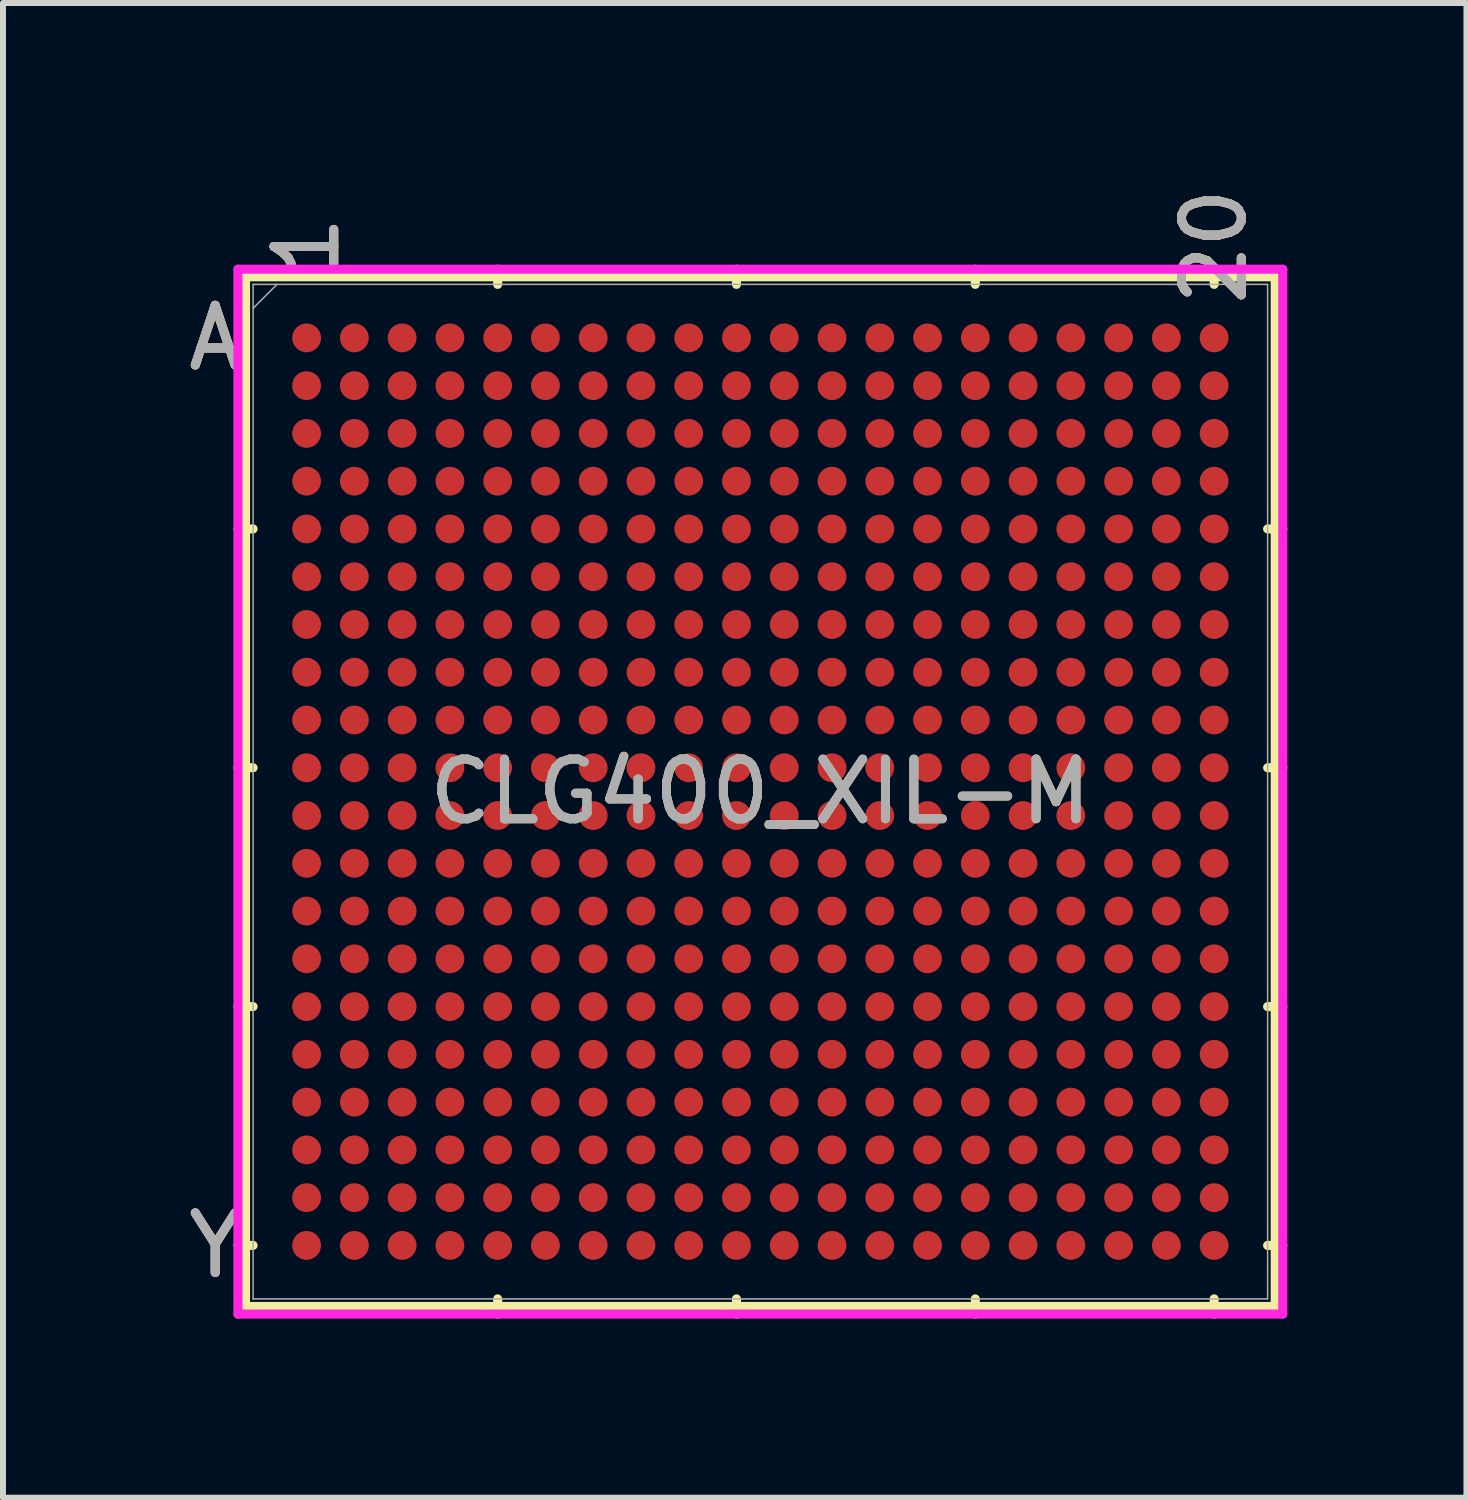
<source format=kicad_pcb>
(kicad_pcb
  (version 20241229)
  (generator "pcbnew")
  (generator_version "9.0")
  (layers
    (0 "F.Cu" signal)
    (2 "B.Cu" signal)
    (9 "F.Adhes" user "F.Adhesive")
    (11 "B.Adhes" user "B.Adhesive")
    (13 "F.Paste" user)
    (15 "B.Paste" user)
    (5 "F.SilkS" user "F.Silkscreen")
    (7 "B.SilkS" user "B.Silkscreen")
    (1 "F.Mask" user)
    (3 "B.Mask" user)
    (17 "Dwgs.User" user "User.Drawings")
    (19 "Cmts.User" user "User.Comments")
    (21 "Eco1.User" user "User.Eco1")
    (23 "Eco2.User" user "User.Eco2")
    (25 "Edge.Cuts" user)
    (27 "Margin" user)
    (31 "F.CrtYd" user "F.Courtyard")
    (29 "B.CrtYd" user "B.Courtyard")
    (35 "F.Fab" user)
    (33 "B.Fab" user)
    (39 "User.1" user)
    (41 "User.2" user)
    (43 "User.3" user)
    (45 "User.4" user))
  (footprint "CLG400_XIL-M"
    (layer "F.Cu")
    (at 9.685 10.209)
    (property "Reference" "CLG400_XIL-M" (at 0 0 0) (unlocked yes) (layer "F.SilkS") (effects (font (size 1 1) (thickness 0.15))))
    (attr smd)
    (fp_line (start -8.623 -8.623) (end -8.623 8.623) (stroke (width 0.152) (type solid)) (layer "F.SilkS"))
    (fp_line (start -8.623 8.623) (end 8.623 8.623) (stroke (width 0.152) (type solid)) (layer "F.SilkS"))
    (fp_line (start -8.496 -4.4) (end -8.75 -4.4) (stroke (width 0.152) (type solid)) (layer "F.SilkS"))
    (fp_line (start -8.496 -0.4) (end -8.75 -0.4) (stroke (width 0.152) (type solid)) (layer "F.SilkS"))
    (fp_line (start -8.496 3.6) (end -8.75 3.6) (stroke (width 0.152) (type solid)) (layer "F.SilkS"))
    (fp_line (start -8.496 7.6) (end -8.75 7.6) (stroke (width 0.152) (type solid)) (layer "F.SilkS"))
    (fp_line (start -4.4 -8.496) (end -4.4 -8.75) (stroke (width 0.152) (type solid)) (layer "F.SilkS"))
    (fp_line (start -4.4 8.496) (end -4.4 8.75) (stroke (width 0.152) (type solid)) (layer "F.SilkS"))
    (fp_line (start -0.4 -8.496) (end -0.4 -8.75) (stroke (width 0.152) (type solid)) (layer "F.SilkS"))
    (fp_line (start -0.4 8.496) (end -0.4 8.75) (stroke (width 0.152) (type solid)) (layer "F.SilkS"))
    (fp_line (start 3.6 -8.496) (end 3.6 -8.75) (stroke (width 0.152) (type solid)) (layer "F.SilkS"))
    (fp_line (start 3.6 8.496) (end 3.6 8.75) (stroke (width 0.152) (type solid)) (layer "F.SilkS"))
    (fp_line (start 7.6 -8.496) (end 7.6 -8.75) (stroke (width 0.152) (type solid)) (layer "F.SilkS"))
    (fp_line (start 7.6 8.496) (end 7.6 8.75) (stroke (width 0.152) (type solid)) (layer "F.SilkS"))
    (fp_line (start 8.496 -4.4) (end 8.75 -4.4) (stroke (width 0.152) (type solid)) (layer "F.SilkS"))
    (fp_line (start 8.496 -0.4) (end 8.75 -0.4) (stroke (width 0.152) (type solid)) (layer "F.SilkS"))
    (fp_line (start 8.496 3.6) (end 8.75 3.6) (stroke (width 0.152) (type solid)) (layer "F.SilkS"))
    (fp_line (start 8.496 7.6) (end 8.75 7.6) (stroke (width 0.152) (type solid)) (layer "F.SilkS"))
    (fp_line (start 8.623 -8.623) (end -8.623 -8.623) (stroke (width 0.152) (type solid)) (layer "F.SilkS"))
    (fp_line (start 8.623 8.623) (end 8.623 -8.623) (stroke (width 0.152) (type solid)) (layer "F.SilkS"))
    (fp_poly (pts (xy -8.444 -8.444) (xy 8.444 -8.444) (xy 8.444 8.444) (xy -8.444 8.444)) (stroke (width 0.1) (type solid)) (fill no) (layer "Eco2.User"))
    (fp_line (start -8.75 -8.75) (end 8.75 -8.75) (stroke (width 0.152) (type solid)) (layer "F.CrtYd"))
    (fp_line (start -8.75 8.75) (end -8.75 -8.75) (stroke (width 0.152) (type solid)) (layer "F.CrtYd"))
    (fp_line (start 8.75 -8.75) (end 8.75 8.75) (stroke (width 0.152) (type solid)) (layer "F.CrtYd"))
    (fp_line (start 8.75 8.75) (end -8.75 8.75) (stroke (width 0.152) (type solid)) (layer "F.CrtYd"))
    (fp_line (start -8.496 -8.496) (end -8.496 8.496) (stroke (width 0.025) (type solid)) (layer "F.Fab"))
    (fp_line (start -8.496 8.496) (end 8.496 8.496) (stroke (width 0.025) (type solid)) (layer "F.Fab"))
    (fp_line (start -8.096 -8.496) (end -8.496 -8.096) (stroke (width 0.025) (type solid)) (layer "F.Fab"))
    (fp_line (start 8.496 -8.496) (end -8.496 -8.496) (stroke (width 0.025) (type solid)) (layer "F.Fab"))
    (fp_line (start 8.496 8.496) (end 8.496 -8.496) (stroke (width 0.025) (type solid)) (layer "F.Fab"))
    (fp_text user "Y" (at -9.131 7.6 0) (unlocked yes) (layer "F.SilkS") (effects (font (size 1 1) (thickness 0.15))))
    (fp_text user "A" (at -9.131 -7.6 0) (unlocked yes) (layer "F.SilkS") (effects (font (size 1 1) (thickness 0.15))))
    (fp_text user "1" (at -7.6 -9.131 90) (unlocked yes) (layer "F.SilkS") (effects (font (size 1 1) (thickness 0.15))))
    (fp_text user "20" (at 7.6 -9.131 90) (unlocked yes) (layer "F.SilkS") (effects (font (size 1 1) (thickness 0.15))))
    (fp_text user "A" (at -9.131 -7.6 0) (unlocked yes) (layer "B.SilkS") (effects (font (size 1 1) (thickness 0.15))))
    (fp_text user "20" (at 7.6 -9.131 90) (unlocked yes) (layer "B.SilkS") (effects (font (size 1 1) (thickness 0.15))))
    (fp_text user "Y" (at -9.131 7.6 0) (unlocked yes) (layer "B.SilkS") (effects (font (size 1 1) (thickness 0.15))))
    (fp_text user "1" (at -7.6 -9.131 90) (unlocked yes) (layer "B.SilkS") (effects (font (size 1 1) (thickness 0.15))))
    (fp_text user "${REFERENCE}" (at 0 0 0) (unlocked yes) (layer "F.Fab") (effects (font (size 1 1) (thickness 0.15))))
    (fp_text user "A" (at -9.131 -7.6 0) (unlocked yes) (layer "F.Fab") (effects (font (size 1 1) (thickness 0.15))))
    (fp_text user "20" (at 7.6 -9.131 90) (unlocked yes) (layer "F.Fab") (effects (font (size 1 1) (thickness 0.15))))
    (fp_text user "Y" (at -9.131 7.6 0) (unlocked yes) (layer "F.Fab") (effects (font (size 1 1) (thickness 0.15))))
    (fp_text user "1" (at -7.6 -9.131 90) (unlocked yes) (layer "F.Fab") (effects (font (size 1 1) (thickness 0.15))))
    (pad "A1" smd circle (at -7.6 -7.6) (size 0.483 0.483) (layers "F.Cu" "F.Mask" "F.Paste"))
    (pad "A2" smd circle (at -6.8 -7.6) (size 0.483 0.483) (layers "F.Cu" "F.Mask" "F.Paste"))
    (pad "A3" smd circle (at -6 -7.6) (size 0.483 0.483) (layers "F.Cu" "F.Mask" "F.Paste"))
    (pad "A4" smd circle (at -5.2 -7.6) (size 0.483 0.483) (layers "F.Cu" "F.Mask" "F.Paste"))
    (pad "A5" smd circle (at -4.4 -7.6) (size 0.483 0.483) (layers "F.Cu" "F.Mask" "F.Paste"))
    (pad "A6" smd circle (at -3.6 -7.6) (size 0.483 0.483) (layers "F.Cu" "F.Mask" "F.Paste"))
    (pad "A7" smd circle (at -2.8 -7.6) (size 0.483 0.483) (layers "F.Cu" "F.Mask" "F.Paste"))
    (pad "A8" smd circle (at -2 -7.6) (size 0.483 0.483) (layers "F.Cu" "F.Mask" "F.Paste"))
    (pad "A9" smd circle (at -1.2 -7.6) (size 0.483 0.483) (layers "F.Cu" "F.Mask" "F.Paste"))
    (pad "A10" smd circle (at -0.4 -7.6) (size 0.483 0.483) (layers "F.Cu" "F.Mask" "F.Paste"))
    (pad "A11" smd circle (at 0.4 -7.6) (size 0.483 0.483) (layers "F.Cu" "F.Mask" "F.Paste"))
    (pad "A12" smd circle (at 1.2 -7.6) (size 0.483 0.483) (layers "F.Cu" "F.Mask" "F.Paste"))
    (pad "A13" smd circle (at 2 -7.6) (size 0.483 0.483) (layers "F.Cu" "F.Mask" "F.Paste"))
    (pad "A14" smd circle (at 2.8 -7.6) (size 0.483 0.483) (layers "F.Cu" "F.Mask" "F.Paste"))
    (pad "A15" smd circle (at 3.6 -7.6) (size 0.483 0.483) (layers "F.Cu" "F.Mask" "F.Paste"))
    (pad "A16" smd circle (at 4.4 -7.6) (size 0.483 0.483) (layers "F.Cu" "F.Mask" "F.Paste"))
    (pad "A17" smd circle (at 5.2 -7.6) (size 0.483 0.483) (layers "F.Cu" "F.Mask" "F.Paste"))
    (pad "A18" smd circle (at 6 -7.6) (size 0.483 0.483) (layers "F.Cu" "F.Mask" "F.Paste"))
    (pad "A19" smd circle (at 6.8 -7.6) (size 0.483 0.483) (layers "F.Cu" "F.Mask" "F.Paste"))
    (pad "A20" smd circle (at 7.6 -7.6) (size 0.483 0.483) (layers "F.Cu" "F.Mask" "F.Paste"))
    (pad "B1" smd circle (at -7.6 -6.8) (size 0.483 0.483) (layers "F.Cu" "F.Mask" "F.Paste"))
    (pad "B2" smd circle (at -6.8 -6.8) (size 0.483 0.483) (layers "F.Cu" "F.Mask" "F.Paste"))
    (pad "B3" smd circle (at -6 -6.8) (size 0.483 0.483) (layers "F.Cu" "F.Mask" "F.Paste"))
    (pad "B4" smd circle (at -5.2 -6.8) (size 0.483 0.483) (layers "F.Cu" "F.Mask" "F.Paste"))
    (pad "B5" smd circle (at -4.4 -6.8) (size 0.483 0.483) (layers "F.Cu" "F.Mask" "F.Paste"))
    (pad "B6" smd circle (at -3.6 -6.8) (size 0.483 0.483) (layers "F.Cu" "F.Mask" "F.Paste"))
    (pad "B7" smd circle (at -2.8 -6.8) (size 0.483 0.483) (layers "F.Cu" "F.Mask" "F.Paste"))
    (pad "B8" smd circle (at -2 -6.8) (size 0.483 0.483) (layers "F.Cu" "F.Mask" "F.Paste"))
    (pad "B9" smd circle (at -1.2 -6.8) (size 0.483 0.483) (layers "F.Cu" "F.Mask" "F.Paste"))
    (pad "B10" smd circle (at -0.4 -6.8) (size 0.483 0.483) (layers "F.Cu" "F.Mask" "F.Paste"))
    (pad "B11" smd circle (at 0.4 -6.8) (size 0.483 0.483) (layers "F.Cu" "F.Mask" "F.Paste"))
    (pad "B12" smd circle (at 1.2 -6.8) (size 0.483 0.483) (layers "F.Cu" "F.Mask" "F.Paste"))
    (pad "B13" smd circle (at 2 -6.8) (size 0.483 0.483) (layers "F.Cu" "F.Mask" "F.Paste"))
    (pad "B14" smd circle (at 2.8 -6.8) (size 0.483 0.483) (layers "F.Cu" "F.Mask" "F.Paste"))
    (pad "B15" smd circle (at 3.6 -6.8) (size 0.483 0.483) (layers "F.Cu" "F.Mask" "F.Paste"))
    (pad "B16" smd circle (at 4.4 -6.8) (size 0.483 0.483) (layers "F.Cu" "F.Mask" "F.Paste"))
    (pad "B17" smd circle (at 5.2 -6.8) (size 0.483 0.483) (layers "F.Cu" "F.Mask" "F.Paste"))
    (pad "B18" smd circle (at 6 -6.8) (size 0.483 0.483) (layers "F.Cu" "F.Mask" "F.Paste"))
    (pad "B19" smd circle (at 6.8 -6.8) (size 0.483 0.483) (layers "F.Cu" "F.Mask" "F.Paste"))
    (pad "B20" smd circle (at 7.6 -6.8) (size 0.483 0.483) (layers "F.Cu" "F.Mask" "F.Paste"))
    (pad "C1" smd circle (at -7.6 -6) (size 0.483 0.483) (layers "F.Cu" "F.Mask" "F.Paste"))
    (pad "C2" smd circle (at -6.8 -6) (size 0.483 0.483) (layers "F.Cu" "F.Mask" "F.Paste"))
    (pad "C3" smd circle (at -6 -6) (size 0.483 0.483) (layers "F.Cu" "F.Mask" "F.Paste"))
    (pad "C4" smd circle (at -5.2 -6) (size 0.483 0.483) (layers "F.Cu" "F.Mask" "F.Paste"))
    (pad "C5" smd circle (at -4.4 -6) (size 0.483 0.483) (layers "F.Cu" "F.Mask" "F.Paste"))
    (pad "C6" smd circle (at -3.6 -6) (size 0.483 0.483) (layers "F.Cu" "F.Mask" "F.Paste"))
    (pad "C7" smd circle (at -2.8 -6) (size 0.483 0.483) (layers "F.Cu" "F.Mask" "F.Paste"))
    (pad "C8" smd circle (at -2 -6) (size 0.483 0.483) (layers "F.Cu" "F.Mask" "F.Paste"))
    (pad "C9" smd circle (at -1.2 -6) (size 0.483 0.483) (layers "F.Cu" "F.Mask" "F.Paste"))
    (pad "C10" smd circle (at -0.4 -6) (size 0.483 0.483) (layers "F.Cu" "F.Mask" "F.Paste"))
    (pad "C11" smd circle (at 0.4 -6) (size 0.483 0.483) (layers "F.Cu" "F.Mask" "F.Paste"))
    (pad "C12" smd circle (at 1.2 -6) (size 0.483 0.483) (layers "F.Cu" "F.Mask" "F.Paste"))
    (pad "C13" smd circle (at 2 -6) (size 0.483 0.483) (layers "F.Cu" "F.Mask" "F.Paste"))
    (pad "C14" smd circle (at 2.8 -6) (size 0.483 0.483) (layers "F.Cu" "F.Mask" "F.Paste"))
    (pad "C15" smd circle (at 3.6 -6) (size 0.483 0.483) (layers "F.Cu" "F.Mask" "F.Paste"))
    (pad "C16" smd circle (at 4.4 -6) (size 0.483 0.483) (layers "F.Cu" "F.Mask" "F.Paste"))
    (pad "C17" smd circle (at 5.2 -6) (size 0.483 0.483) (layers "F.Cu" "F.Mask" "F.Paste"))
    (pad "C18" smd circle (at 6 -6) (size 0.483 0.483) (layers "F.Cu" "F.Mask" "F.Paste"))
    (pad "C19" smd circle (at 6.8 -6) (size 0.483 0.483) (layers "F.Cu" "F.Mask" "F.Paste"))
    (pad "C20" smd circle (at 7.6 -6) (size 0.483 0.483) (layers "F.Cu" "F.Mask" "F.Paste"))
    (pad "D1" smd circle (at -7.6 -5.2) (size 0.483 0.483) (layers "F.Cu" "F.Mask" "F.Paste"))
    (pad "D2" smd circle (at -6.8 -5.2) (size 0.483 0.483) (layers "F.Cu" "F.Mask" "F.Paste"))
    (pad "D3" smd circle (at -6 -5.2) (size 0.483 0.483) (layers "F.Cu" "F.Mask" "F.Paste"))
    (pad "D4" smd circle (at -5.2 -5.2) (size 0.483 0.483) (layers "F.Cu" "F.Mask" "F.Paste"))
    (pad "D5" smd circle (at -4.4 -5.2) (size 0.483 0.483) (layers "F.Cu" "F.Mask" "F.Paste"))
    (pad "D6" smd circle (at -3.6 -5.2) (size 0.483 0.483) (layers "F.Cu" "F.Mask" "F.Paste"))
    (pad "D7" smd circle (at -2.8 -5.2) (size 0.483 0.483) (layers "F.Cu" "F.Mask" "F.Paste"))
    (pad "D8" smd circle (at -2 -5.2) (size 0.483 0.483) (layers "F.Cu" "F.Mask" "F.Paste"))
    (pad "D9" smd circle (at -1.2 -5.2) (size 0.483 0.483) (layers "F.Cu" "F.Mask" "F.Paste"))
    (pad "D10" smd circle (at -0.4 -5.2) (size 0.483 0.483) (layers "F.Cu" "F.Mask" "F.Paste"))
    (pad "D11" smd circle (at 0.4 -5.2) (size 0.483 0.483) (layers "F.Cu" "F.Mask" "F.Paste"))
    (pad "D12" smd circle (at 1.2 -5.2) (size 0.483 0.483) (layers "F.Cu" "F.Mask" "F.Paste"))
    (pad "D13" smd circle (at 2 -5.2) (size 0.483 0.483) (layers "F.Cu" "F.Mask" "F.Paste"))
    (pad "D14" smd circle (at 2.8 -5.2) (size 0.483 0.483) (layers "F.Cu" "F.Mask" "F.Paste"))
    (pad "D15" smd circle (at 3.6 -5.2) (size 0.483 0.483) (layers "F.Cu" "F.Mask" "F.Paste"))
    (pad "D16" smd circle (at 4.4 -5.2) (size 0.483 0.483) (layers "F.Cu" "F.Mask" "F.Paste"))
    (pad "D17" smd circle (at 5.2 -5.2) (size 0.483 0.483) (layers "F.Cu" "F.Mask" "F.Paste"))
    (pad "D18" smd circle (at 6 -5.2) (size 0.483 0.483) (layers "F.Cu" "F.Mask" "F.Paste"))
    (pad "D19" smd circle (at 6.8 -5.2) (size 0.483 0.483) (layers "F.Cu" "F.Mask" "F.Paste"))
    (pad "D20" smd circle (at 7.6 -5.2) (size 0.483 0.483) (layers "F.Cu" "F.Mask" "F.Paste"))
    (pad "E1" smd circle (at -7.6 -4.4) (size 0.483 0.483) (layers "F.Cu" "F.Mask" "F.Paste"))
    (pad "E2" smd circle (at -6.8 -4.4) (size 0.483 0.483) (layers "F.Cu" "F.Mask" "F.Paste"))
    (pad "E3" smd circle (at -6 -4.4) (size 0.483 0.483) (layers "F.Cu" "F.Mask" "F.Paste"))
    (pad "E4" smd circle (at -5.2 -4.4) (size 0.483 0.483) (layers "F.Cu" "F.Mask" "F.Paste"))
    (pad "E5" smd circle (at -4.4 -4.4) (size 0.483 0.483) (layers "F.Cu" "F.Mask" "F.Paste"))
    (pad "E6" smd circle (at -3.6 -4.4) (size 0.483 0.483) (layers "F.Cu" "F.Mask" "F.Paste"))
    (pad "E7" smd circle (at -2.8 -4.4) (size 0.483 0.483) (layers "F.Cu" "F.Mask" "F.Paste"))
    (pad "E8" smd circle (at -2 -4.4) (size 0.483 0.483) (layers "F.Cu" "F.Mask" "F.Paste"))
    (pad "E9" smd circle (at -1.2 -4.4) (size 0.483 0.483) (layers "F.Cu" "F.Mask" "F.Paste"))
    (pad "E10" smd circle (at -0.4 -4.4) (size 0.483 0.483) (layers "F.Cu" "F.Mask" "F.Paste"))
    (pad "E11" smd circle (at 0.4 -4.4) (size 0.483 0.483) (layers "F.Cu" "F.Mask" "F.Paste"))
    (pad "E12" smd circle (at 1.2 -4.4) (size 0.483 0.483) (layers "F.Cu" "F.Mask" "F.Paste"))
    (pad "E13" smd circle (at 2 -4.4) (size 0.483 0.483) (layers "F.Cu" "F.Mask" "F.Paste"))
    (pad "E14" smd circle (at 2.8 -4.4) (size 0.483 0.483) (layers "F.Cu" "F.Mask" "F.Paste"))
    (pad "E15" smd circle (at 3.6 -4.4) (size 0.483 0.483) (layers "F.Cu" "F.Mask" "F.Paste"))
    (pad "E16" smd circle (at 4.4 -4.4) (size 0.483 0.483) (layers "F.Cu" "F.Mask" "F.Paste"))
    (pad "E17" smd circle (at 5.2 -4.4) (size 0.483 0.483) (layers "F.Cu" "F.Mask" "F.Paste"))
    (pad "E18" smd circle (at 6 -4.4) (size 0.483 0.483) (layers "F.Cu" "F.Mask" "F.Paste"))
    (pad "E19" smd circle (at 6.8 -4.4) (size 0.483 0.483) (layers "F.Cu" "F.Mask" "F.Paste"))
    (pad "E20" smd circle (at 7.6 -4.4) (size 0.483 0.483) (layers "F.Cu" "F.Mask" "F.Paste"))
    (pad "F1" smd circle (at -7.6 -3.6) (size 0.483 0.483) (layers "F.Cu" "F.Mask" "F.Paste"))
    (pad "F2" smd circle (at -6.8 -3.6) (size 0.483 0.483) (layers "F.Cu" "F.Mask" "F.Paste"))
    (pad "F3" smd circle (at -6 -3.6) (size 0.483 0.483) (layers "F.Cu" "F.Mask" "F.Paste"))
    (pad "F4" smd circle (at -5.2 -3.6) (size 0.483 0.483) (layers "F.Cu" "F.Mask" "F.Paste"))
    (pad "F5" smd circle (at -4.4 -3.6) (size 0.483 0.483) (layers "F.Cu" "F.Mask" "F.Paste"))
    (pad "F6" smd circle (at -3.6 -3.6) (size 0.483 0.483) (layers "F.Cu" "F.Mask" "F.Paste"))
    (pad "F7" smd circle (at -2.8 -3.6) (size 0.483 0.483) (layers "F.Cu" "F.Mask" "F.Paste"))
    (pad "F8" smd circle (at -2 -3.6) (size 0.483 0.483) (layers "F.Cu" "F.Mask" "F.Paste"))
    (pad "F9" smd circle (at -1.2 -3.6) (size 0.483 0.483) (layers "F.Cu" "F.Mask" "F.Paste"))
    (pad "F10" smd circle (at -0.4 -3.6) (size 0.483 0.483) (layers "F.Cu" "F.Mask" "F.Paste"))
    (pad "F11" smd circle (at 0.4 -3.6) (size 0.483 0.483) (layers "F.Cu" "F.Mask" "F.Paste"))
    (pad "F12" smd circle (at 1.2 -3.6) (size 0.483 0.483) (layers "F.Cu" "F.Mask" "F.Paste"))
    (pad "F13" smd circle (at 2 -3.6) (size 0.483 0.483) (layers "F.Cu" "F.Mask" "F.Paste"))
    (pad "F14" smd circle (at 2.8 -3.6) (size 0.483 0.483) (layers "F.Cu" "F.Mask" "F.Paste"))
    (pad "F15" smd circle (at 3.6 -3.6) (size 0.483 0.483) (layers "F.Cu" "F.Mask" "F.Paste"))
    (pad "F16" smd circle (at 4.4 -3.6) (size 0.483 0.483) (layers "F.Cu" "F.Mask" "F.Paste"))
    (pad "F17" smd circle (at 5.2 -3.6) (size 0.483 0.483) (layers "F.Cu" "F.Mask" "F.Paste"))
    (pad "F18" smd circle (at 6 -3.6) (size 0.483 0.483) (layers "F.Cu" "F.Mask" "F.Paste"))
    (pad "F19" smd circle (at 6.8 -3.6) (size 0.483 0.483) (layers "F.Cu" "F.Mask" "F.Paste"))
    (pad "F20" smd circle (at 7.6 -3.6) (size 0.483 0.483) (layers "F.Cu" "F.Mask" "F.Paste"))
    (pad "G1" smd circle (at -7.6 -2.8) (size 0.483 0.483) (layers "F.Cu" "F.Mask" "F.Paste"))
    (pad "G2" smd circle (at -6.8 -2.8) (size 0.483 0.483) (layers "F.Cu" "F.Mask" "F.Paste"))
    (pad "G3" smd circle (at -6 -2.8) (size 0.483 0.483) (layers "F.Cu" "F.Mask" "F.Paste"))
    (pad "G4" smd circle (at -5.2 -2.8) (size 0.483 0.483) (layers "F.Cu" "F.Mask" "F.Paste"))
    (pad "G5" smd circle (at -4.4 -2.8) (size 0.483 0.483) (layers "F.Cu" "F.Mask" "F.Paste"))
    (pad "G6" smd circle (at -3.6 -2.8) (size 0.483 0.483) (layers "F.Cu" "F.Mask" "F.Paste"))
    (pad "G7" smd circle (at -2.8 -2.8) (size 0.483 0.483) (layers "F.Cu" "F.Mask" "F.Paste"))
    (pad "G8" smd circle (at -2 -2.8) (size 0.483 0.483) (layers "F.Cu" "F.Mask" "F.Paste"))
    (pad "G9" smd circle (at -1.2 -2.8) (size 0.483 0.483) (layers "F.Cu" "F.Mask" "F.Paste"))
    (pad "G10" smd circle (at -0.4 -2.8) (size 0.483 0.483) (layers "F.Cu" "F.Mask" "F.Paste"))
    (pad "G11" smd circle (at 0.4 -2.8) (size 0.483 0.483) (layers "F.Cu" "F.Mask" "F.Paste"))
    (pad "G12" smd circle (at 1.2 -2.8) (size 0.483 0.483) (layers "F.Cu" "F.Mask" "F.Paste"))
    (pad "G13" smd circle (at 2 -2.8) (size 0.483 0.483) (layers "F.Cu" "F.Mask" "F.Paste"))
    (pad "G14" smd circle (at 2.8 -2.8) (size 0.483 0.483) (layers "F.Cu" "F.Mask" "F.Paste"))
    (pad "G15" smd circle (at 3.6 -2.8) (size 0.483 0.483) (layers "F.Cu" "F.Mask" "F.Paste"))
    (pad "G16" smd circle (at 4.4 -2.8) (size 0.483 0.483) (layers "F.Cu" "F.Mask" "F.Paste"))
    (pad "G17" smd circle (at 5.2 -2.8) (size 0.483 0.483) (layers "F.Cu" "F.Mask" "F.Paste"))
    (pad "G18" smd circle (at 6 -2.8) (size 0.483 0.483) (layers "F.Cu" "F.Mask" "F.Paste"))
    (pad "G19" smd circle (at 6.8 -2.8) (size 0.483 0.483) (layers "F.Cu" "F.Mask" "F.Paste"))
    (pad "G20" smd circle (at 7.6 -2.8) (size 0.483 0.483) (layers "F.Cu" "F.Mask" "F.Paste"))
    (pad "H1" smd circle (at -7.6 -2) (size 0.483 0.483) (layers "F.Cu" "F.Mask" "F.Paste"))
    (pad "H2" smd circle (at -6.8 -2) (size 0.483 0.483) (layers "F.Cu" "F.Mask" "F.Paste"))
    (pad "H3" smd circle (at -6 -2) (size 0.483 0.483) (layers "F.Cu" "F.Mask" "F.Paste"))
    (pad "H4" smd circle (at -5.2 -2) (size 0.483 0.483) (layers "F.Cu" "F.Mask" "F.Paste"))
    (pad "H5" smd circle (at -4.4 -2) (size 0.483 0.483) (layers "F.Cu" "F.Mask" "F.Paste"))
    (pad "H6" smd circle (at -3.6 -2) (size 0.483 0.483) (layers "F.Cu" "F.Mask" "F.Paste"))
    (pad "H7" smd circle (at -2.8 -2) (size 0.483 0.483) (layers "F.Cu" "F.Mask" "F.Paste"))
    (pad "H8" smd circle (at -2 -2) (size 0.483 0.483) (layers "F.Cu" "F.Mask" "F.Paste"))
    (pad "H9" smd circle (at -1.2 -2) (size 0.483 0.483) (layers "F.Cu" "F.Mask" "F.Paste"))
    (pad "H10" smd circle (at -0.4 -2) (size 0.483 0.483) (layers "F.Cu" "F.Mask" "F.Paste"))
    (pad "H11" smd circle (at 0.4 -2) (size 0.483 0.483) (layers "F.Cu" "F.Mask" "F.Paste"))
    (pad "H12" smd circle (at 1.2 -2) (size 0.483 0.483) (layers "F.Cu" "F.Mask" "F.Paste"))
    (pad "H13" smd circle (at 2 -2) (size 0.483 0.483) (layers "F.Cu" "F.Mask" "F.Paste"))
    (pad "H14" smd circle (at 2.8 -2) (size 0.483 0.483) (layers "F.Cu" "F.Mask" "F.Paste"))
    (pad "H15" smd circle (at 3.6 -2) (size 0.483 0.483) (layers "F.Cu" "F.Mask" "F.Paste"))
    (pad "H16" smd circle (at 4.4 -2) (size 0.483 0.483) (layers "F.Cu" "F.Mask" "F.Paste"))
    (pad "H17" smd circle (at 5.2 -2) (size 0.483 0.483) (layers "F.Cu" "F.Mask" "F.Paste"))
    (pad "H18" smd circle (at 6 -2) (size 0.483 0.483) (layers "F.Cu" "F.Mask" "F.Paste"))
    (pad "H19" smd circle (at 6.8 -2) (size 0.483 0.483) (layers "F.Cu" "F.Mask" "F.Paste"))
    (pad "H20" smd circle (at 7.6 -2) (size 0.483 0.483) (layers "F.Cu" "F.Mask" "F.Paste"))
    (pad "J1" smd circle (at -7.6 -1.2) (size 0.483 0.483) (layers "F.Cu" "F.Mask" "F.Paste"))
    (pad "J2" smd circle (at -6.8 -1.2) (size 0.483 0.483) (layers "F.Cu" "F.Mask" "F.Paste"))
    (pad "J3" smd circle (at -6 -1.2) (size 0.483 0.483) (layers "F.Cu" "F.Mask" "F.Paste"))
    (pad "J4" smd circle (at -5.2 -1.2) (size 0.483 0.483) (layers "F.Cu" "F.Mask" "F.Paste"))
    (pad "J5" smd circle (at -4.4 -1.2) (size 0.483 0.483) (layers "F.Cu" "F.Mask" "F.Paste"))
    (pad "J6" smd circle (at -3.6 -1.2) (size 0.483 0.483) (layers "F.Cu" "F.Mask" "F.Paste"))
    (pad "J7" smd circle (at -2.8 -1.2) (size 0.483 0.483) (layers "F.Cu" "F.Mask" "F.Paste"))
    (pad "J8" smd circle (at -2 -1.2) (size 0.483 0.483) (layers "F.Cu" "F.Mask" "F.Paste"))
    (pad "J9" smd circle (at -1.2 -1.2) (size 0.483 0.483) (layers "F.Cu" "F.Mask" "F.Paste"))
    (pad "J10" smd circle (at -0.4 -1.2) (size 0.483 0.483) (layers "F.Cu" "F.Mask" "F.Paste"))
    (pad "J11" smd circle (at 0.4 -1.2) (size 0.483 0.483) (layers "F.Cu" "F.Mask" "F.Paste"))
    (pad "J12" smd circle (at 1.2 -1.2) (size 0.483 0.483) (layers "F.Cu" "F.Mask" "F.Paste"))
    (pad "J13" smd circle (at 2 -1.2) (size 0.483 0.483) (layers "F.Cu" "F.Mask" "F.Paste"))
    (pad "J14" smd circle (at 2.8 -1.2) (size 0.483 0.483) (layers "F.Cu" "F.Mask" "F.Paste"))
    (pad "J15" smd circle (at 3.6 -1.2) (size 0.483 0.483) (layers "F.Cu" "F.Mask" "F.Paste"))
    (pad "J16" smd circle (at 4.4 -1.2) (size 0.483 0.483) (layers "F.Cu" "F.Mask" "F.Paste"))
    (pad "J17" smd circle (at 5.2 -1.2) (size 0.483 0.483) (layers "F.Cu" "F.Mask" "F.Paste"))
    (pad "J18" smd circle (at 6 -1.2) (size 0.483 0.483) (layers "F.Cu" "F.Mask" "F.Paste"))
    (pad "J19" smd circle (at 6.8 -1.2) (size 0.483 0.483) (layers "F.Cu" "F.Mask" "F.Paste"))
    (pad "J20" smd circle (at 7.6 -1.2) (size 0.483 0.483) (layers "F.Cu" "F.Mask" "F.Paste"))
    (pad "K1" smd circle (at -7.6 -0.4) (size 0.483 0.483) (layers "F.Cu" "F.Mask" "F.Paste"))
    (pad "K2" smd circle (at -6.8 -0.4) (size 0.483 0.483) (layers "F.Cu" "F.Mask" "F.Paste"))
    (pad "K3" smd circle (at -6 -0.4) (size 0.483 0.483) (layers "F.Cu" "F.Mask" "F.Paste"))
    (pad "K4" smd circle (at -5.2 -0.4) (size 0.483 0.483) (layers "F.Cu" "F.Mask" "F.Paste"))
    (pad "K5" smd circle (at -4.4 -0.4) (size 0.483 0.483) (layers "F.Cu" "F.Mask" "F.Paste"))
    (pad "K6" smd circle (at -3.6 -0.4) (size 0.483 0.483) (layers "F.Cu" "F.Mask" "F.Paste"))
    (pad "K7" smd circle (at -2.8 -0.4) (size 0.483 0.483) (layers "F.Cu" "F.Mask" "F.Paste"))
    (pad "K8" smd circle (at -2 -0.4) (size 0.483 0.483) (layers "F.Cu" "F.Mask" "F.Paste"))
    (pad "K9" smd circle (at -1.2 -0.4) (size 0.483 0.483) (layers "F.Cu" "F.Mask" "F.Paste"))
    (pad "K10" smd circle (at -0.4 -0.4) (size 0.483 0.483) (layers "F.Cu" "F.Mask" "F.Paste"))
    (pad "K11" smd circle (at 0.4 -0.4) (size 0.483 0.483) (layers "F.Cu" "F.Mask" "F.Paste"))
    (pad "K12" smd circle (at 1.2 -0.4) (size 0.483 0.483) (layers "F.Cu" "F.Mask" "F.Paste"))
    (pad "K13" smd circle (at 2 -0.4) (size 0.483 0.483) (layers "F.Cu" "F.Mask" "F.Paste"))
    (pad "K14" smd circle (at 2.8 -0.4) (size 0.483 0.483) (layers "F.Cu" "F.Mask" "F.Paste"))
    (pad "K15" smd circle (at 3.6 -0.4) (size 0.483 0.483) (layers "F.Cu" "F.Mask" "F.Paste"))
    (pad "K16" smd circle (at 4.4 -0.4) (size 0.483 0.483) (layers "F.Cu" "F.Mask" "F.Paste"))
    (pad "K17" smd circle (at 5.2 -0.4) (size 0.483 0.483) (layers "F.Cu" "F.Mask" "F.Paste"))
    (pad "K18" smd circle (at 6 -0.4) (size 0.483 0.483) (layers "F.Cu" "F.Mask" "F.Paste"))
    (pad "K19" smd circle (at 6.8 -0.4) (size 0.483 0.483) (layers "F.Cu" "F.Mask" "F.Paste"))
    (pad "K20" smd circle (at 7.6 -0.4) (size 0.483 0.483) (layers "F.Cu" "F.Mask" "F.Paste"))
    (pad "L1" smd circle (at -7.6 0.4) (size 0.483 0.483) (layers "F.Cu" "F.Mask" "F.Paste"))
    (pad "L2" smd circle (at -6.8 0.4) (size 0.483 0.483) (layers "F.Cu" "F.Mask" "F.Paste"))
    (pad "L3" smd circle (at -6 0.4) (size 0.483 0.483) (layers "F.Cu" "F.Mask" "F.Paste"))
    (pad "L4" smd circle (at -5.2 0.4) (size 0.483 0.483) (layers "F.Cu" "F.Mask" "F.Paste"))
    (pad "L5" smd circle (at -4.4 0.4) (size 0.483 0.483) (layers "F.Cu" "F.Mask" "F.Paste"))
    (pad "L6" smd circle (at -3.6 0.4) (size 0.483 0.483) (layers "F.Cu" "F.Mask" "F.Paste"))
    (pad "L7" smd circle (at -2.8 0.4) (size 0.483 0.483) (layers "F.Cu" "F.Mask" "F.Paste"))
    (pad "L8" smd circle (at -2 0.4) (size 0.483 0.483) (layers "F.Cu" "F.Mask" "F.Paste"))
    (pad "L9" smd circle (at -1.2 0.4) (size 0.483 0.483) (layers "F.Cu" "F.Mask" "F.Paste"))
    (pad "L10" smd circle (at -0.4 0.4) (size 0.483 0.483) (layers "F.Cu" "F.Mask" "F.Paste"))
    (pad "L11" smd circle (at 0.4 0.4) (size 0.483 0.483) (layers "F.Cu" "F.Mask" "F.Paste"))
    (pad "L12" smd circle (at 1.2 0.4) (size 0.483 0.483) (layers "F.Cu" "F.Mask" "F.Paste"))
    (pad "L13" smd circle (at 2 0.4) (size 0.483 0.483) (layers "F.Cu" "F.Mask" "F.Paste"))
    (pad "L14" smd circle (at 2.8 0.4) (size 0.483 0.483) (layers "F.Cu" "F.Mask" "F.Paste"))
    (pad "L15" smd circle (at 3.6 0.4) (size 0.483 0.483) (layers "F.Cu" "F.Mask" "F.Paste"))
    (pad "L16" smd circle (at 4.4 0.4) (size 0.483 0.483) (layers "F.Cu" "F.Mask" "F.Paste"))
    (pad "L17" smd circle (at 5.2 0.4) (size 0.483 0.483) (layers "F.Cu" "F.Mask" "F.Paste"))
    (pad "L18" smd circle (at 6 0.4) (size 0.483 0.483) (layers "F.Cu" "F.Mask" "F.Paste"))
    (pad "L19" smd circle (at 6.8 0.4) (size 0.483 0.483) (layers "F.Cu" "F.Mask" "F.Paste"))
    (pad "L20" smd circle (at 7.6 0.4) (size 0.483 0.483) (layers "F.Cu" "F.Mask" "F.Paste"))
    (pad "M1" smd circle (at -7.6 1.2) (size 0.483 0.483) (layers "F.Cu" "F.Mask" "F.Paste"))
    (pad "M2" smd circle (at -6.8 1.2) (size 0.483 0.483) (layers "F.Cu" "F.Mask" "F.Paste"))
    (pad "M3" smd circle (at -6 1.2) (size 0.483 0.483) (layers "F.Cu" "F.Mask" "F.Paste"))
    (pad "M4" smd circle (at -5.2 1.2) (size 0.483 0.483) (layers "F.Cu" "F.Mask" "F.Paste"))
    (pad "M5" smd circle (at -4.4 1.2) (size 0.483 0.483) (layers "F.Cu" "F.Mask" "F.Paste"))
    (pad "M6" smd circle (at -3.6 1.2) (size 0.483 0.483) (layers "F.Cu" "F.Mask" "F.Paste"))
    (pad "M7" smd circle (at -2.8 1.2) (size 0.483 0.483) (layers "F.Cu" "F.Mask" "F.Paste"))
    (pad "M8" smd circle (at -2 1.2) (size 0.483 0.483) (layers "F.Cu" "F.Mask" "F.Paste"))
    (pad "M9" smd circle (at -1.2 1.2) (size 0.483 0.483) (layers "F.Cu" "F.Mask" "F.Paste"))
    (pad "M10" smd circle (at -0.4 1.2) (size 0.483 0.483) (layers "F.Cu" "F.Mask" "F.Paste"))
    (pad "M11" smd circle (at 0.4 1.2) (size 0.483 0.483) (layers "F.Cu" "F.Mask" "F.Paste"))
    (pad "M12" smd circle (at 1.2 1.2) (size 0.483 0.483) (layers "F.Cu" "F.Mask" "F.Paste"))
    (pad "M13" smd circle (at 2 1.2) (size 0.483 0.483) (layers "F.Cu" "F.Mask" "F.Paste"))
    (pad "M14" smd circle (at 2.8 1.2) (size 0.483 0.483) (layers "F.Cu" "F.Mask" "F.Paste"))
    (pad "M15" smd circle (at 3.6 1.2) (size 0.483 0.483) (layers "F.Cu" "F.Mask" "F.Paste"))
    (pad "M16" smd circle (at 4.4 1.2) (size 0.483 0.483) (layers "F.Cu" "F.Mask" "F.Paste"))
    (pad "M17" smd circle (at 5.2 1.2) (size 0.483 0.483) (layers "F.Cu" "F.Mask" "F.Paste"))
    (pad "M18" smd circle (at 6 1.2) (size 0.483 0.483) (layers "F.Cu" "F.Mask" "F.Paste"))
    (pad "M19" smd circle (at 6.8 1.2) (size 0.483 0.483) (layers "F.Cu" "F.Mask" "F.Paste"))
    (pad "M20" smd circle (at 7.6 1.2) (size 0.483 0.483) (layers "F.Cu" "F.Mask" "F.Paste"))
    (pad "N1" smd circle (at -7.6 2) (size 0.483 0.483) (layers "F.Cu" "F.Mask" "F.Paste"))
    (pad "N2" smd circle (at -6.8 2) (size 0.483 0.483) (layers "F.Cu" "F.Mask" "F.Paste"))
    (pad "N3" smd circle (at -6 2) (size 0.483 0.483) (layers "F.Cu" "F.Mask" "F.Paste"))
    (pad "N4" smd circle (at -5.2 2) (size 0.483 0.483) (layers "F.Cu" "F.Mask" "F.Paste"))
    (pad "N5" smd circle (at -4.4 2) (size 0.483 0.483) (layers "F.Cu" "F.Mask" "F.Paste"))
    (pad "N6" smd circle (at -3.6 2) (size 0.483 0.483) (layers "F.Cu" "F.Mask" "F.Paste"))
    (pad "N7" smd circle (at -2.8 2) (size 0.483 0.483) (layers "F.Cu" "F.Mask" "F.Paste"))
    (pad "N8" smd circle (at -2 2) (size 0.483 0.483) (layers "F.Cu" "F.Mask" "F.Paste"))
    (pad "N9" smd circle (at -1.2 2) (size 0.483 0.483) (layers "F.Cu" "F.Mask" "F.Paste"))
    (pad "N10" smd circle (at -0.4 2) (size 0.483 0.483) (layers "F.Cu" "F.Mask" "F.Paste"))
    (pad "N11" smd circle (at 0.4 2) (size 0.483 0.483) (layers "F.Cu" "F.Mask" "F.Paste"))
    (pad "N12" smd circle (at 1.2 2) (size 0.483 0.483) (layers "F.Cu" "F.Mask" "F.Paste"))
    (pad "N13" smd circle (at 2 2) (size 0.483 0.483) (layers "F.Cu" "F.Mask" "F.Paste"))
    (pad "N14" smd circle (at 2.8 2) (size 0.483 0.483) (layers "F.Cu" "F.Mask" "F.Paste"))
    (pad "N15" smd circle (at 3.6 2) (size 0.483 0.483) (layers "F.Cu" "F.Mask" "F.Paste"))
    (pad "N16" smd circle (at 4.4 2) (size 0.483 0.483) (layers "F.Cu" "F.Mask" "F.Paste"))
    (pad "N17" smd circle (at 5.2 2) (size 0.483 0.483) (layers "F.Cu" "F.Mask" "F.Paste"))
    (pad "N18" smd circle (at 6 2) (size 0.483 0.483) (layers "F.Cu" "F.Mask" "F.Paste"))
    (pad "N19" smd circle (at 6.8 2) (size 0.483 0.483) (layers "F.Cu" "F.Mask" "F.Paste"))
    (pad "N20" smd circle (at 7.6 2) (size 0.483 0.483) (layers "F.Cu" "F.Mask" "F.Paste"))
    (pad "P1" smd circle (at -7.6 2.8) (size 0.483 0.483) (layers "F.Cu" "F.Mask" "F.Paste"))
    (pad "P2" smd circle (at -6.8 2.8) (size 0.483 0.483) (layers "F.Cu" "F.Mask" "F.Paste"))
    (pad "P3" smd circle (at -6 2.8) (size 0.483 0.483) (layers "F.Cu" "F.Mask" "F.Paste"))
    (pad "P4" smd circle (at -5.2 2.8) (size 0.483 0.483) (layers "F.Cu" "F.Mask" "F.Paste"))
    (pad "P5" smd circle (at -4.4 2.8) (size 0.483 0.483) (layers "F.Cu" "F.Mask" "F.Paste"))
    (pad "P6" smd circle (at -3.6 2.8) (size 0.483 0.483) (layers "F.Cu" "F.Mask" "F.Paste"))
    (pad "P7" smd circle (at -2.8 2.8) (size 0.483 0.483) (layers "F.Cu" "F.Mask" "F.Paste"))
    (pad "P8" smd circle (at -2 2.8) (size 0.483 0.483) (layers "F.Cu" "F.Mask" "F.Paste"))
    (pad "P9" smd circle (at -1.2 2.8) (size 0.483 0.483) (layers "F.Cu" "F.Mask" "F.Paste"))
    (pad "P10" smd circle (at -0.4 2.8) (size 0.483 0.483) (layers "F.Cu" "F.Mask" "F.Paste"))
    (pad "P11" smd circle (at 0.4 2.8) (size 0.483 0.483) (layers "F.Cu" "F.Mask" "F.Paste"))
    (pad "P12" smd circle (at 1.2 2.8) (size 0.483 0.483) (layers "F.Cu" "F.Mask" "F.Paste"))
    (pad "P13" smd circle (at 2 2.8) (size 0.483 0.483) (layers "F.Cu" "F.Mask" "F.Paste"))
    (pad "P14" smd circle (at 2.8 2.8) (size 0.483 0.483) (layers "F.Cu" "F.Mask" "F.Paste"))
    (pad "P15" smd circle (at 3.6 2.8) (size 0.483 0.483) (layers "F.Cu" "F.Mask" "F.Paste"))
    (pad "P16" smd circle (at 4.4 2.8) (size 0.483 0.483) (layers "F.Cu" "F.Mask" "F.Paste"))
    (pad "P17" smd circle (at 5.2 2.8) (size 0.483 0.483) (layers "F.Cu" "F.Mask" "F.Paste"))
    (pad "P18" smd circle (at 6 2.8) (size 0.483 0.483) (layers "F.Cu" "F.Mask" "F.Paste"))
    (pad "P19" smd circle (at 6.8 2.8) (size 0.483 0.483) (layers "F.Cu" "F.Mask" "F.Paste"))
    (pad "P20" smd circle (at 7.6 2.8) (size 0.483 0.483) (layers "F.Cu" "F.Mask" "F.Paste"))
    (pad "R1" smd circle (at -7.6 3.6) (size 0.483 0.483) (layers "F.Cu" "F.Mask" "F.Paste"))
    (pad "R2" smd circle (at -6.8 3.6) (size 0.483 0.483) (layers "F.Cu" "F.Mask" "F.Paste"))
    (pad "R3" smd circle (at -6 3.6) (size 0.483 0.483) (layers "F.Cu" "F.Mask" "F.Paste"))
    (pad "R4" smd circle (at -5.2 3.6) (size 0.483 0.483) (layers "F.Cu" "F.Mask" "F.Paste"))
    (pad "R5" smd circle (at -4.4 3.6) (size 0.483 0.483) (layers "F.Cu" "F.Mask" "F.Paste"))
    (pad "R6" smd circle (at -3.6 3.6) (size 0.483 0.483) (layers "F.Cu" "F.Mask" "F.Paste"))
    (pad "R7" smd circle (at -2.8 3.6) (size 0.483 0.483) (layers "F.Cu" "F.Mask" "F.Paste"))
    (pad "R8" smd circle (at -2 3.6) (size 0.483 0.483) (layers "F.Cu" "F.Mask" "F.Paste"))
    (pad "R9" smd circle (at -1.2 3.6) (size 0.483 0.483) (layers "F.Cu" "F.Mask" "F.Paste"))
    (pad "R10" smd circle (at -0.4 3.6) (size 0.483 0.483) (layers "F.Cu" "F.Mask" "F.Paste"))
    (pad "R11" smd circle (at 0.4 3.6) (size 0.483 0.483) (layers "F.Cu" "F.Mask" "F.Paste"))
    (pad "R12" smd circle (at 1.2 3.6) (size 0.483 0.483) (layers "F.Cu" "F.Mask" "F.Paste"))
    (pad "R13" smd circle (at 2 3.6) (size 0.483 0.483) (layers "F.Cu" "F.Mask" "F.Paste"))
    (pad "R14" smd circle (at 2.8 3.6) (size 0.483 0.483) (layers "F.Cu" "F.Mask" "F.Paste"))
    (pad "R15" smd circle (at 3.6 3.6) (size 0.483 0.483) (layers "F.Cu" "F.Mask" "F.Paste"))
    (pad "R16" smd circle (at 4.4 3.6) (size 0.483 0.483) (layers "F.Cu" "F.Mask" "F.Paste"))
    (pad "R17" smd circle (at 5.2 3.6) (size 0.483 0.483) (layers "F.Cu" "F.Mask" "F.Paste"))
    (pad "R18" smd circle (at 6 3.6) (size 0.483 0.483) (layers "F.Cu" "F.Mask" "F.Paste"))
    (pad "R19" smd circle (at 6.8 3.6) (size 0.483 0.483) (layers "F.Cu" "F.Mask" "F.Paste"))
    (pad "R20" smd circle (at 7.6 3.6) (size 0.483 0.483) (layers "F.Cu" "F.Mask" "F.Paste"))
    (pad "T1" smd circle (at -7.6 4.4) (size 0.483 0.483) (layers "F.Cu" "F.Mask" "F.Paste"))
    (pad "T2" smd circle (at -6.8 4.4) (size 0.483 0.483) (layers "F.Cu" "F.Mask" "F.Paste"))
    (pad "T3" smd circle (at -6 4.4) (size 0.483 0.483) (layers "F.Cu" "F.Mask" "F.Paste"))
    (pad "T4" smd circle (at -5.2 4.4) (size 0.483 0.483) (layers "F.Cu" "F.Mask" "F.Paste"))
    (pad "T5" smd circle (at -4.4 4.4) (size 0.483 0.483) (layers "F.Cu" "F.Mask" "F.Paste"))
    (pad "T6" smd circle (at -3.6 4.4) (size 0.483 0.483) (layers "F.Cu" "F.Mask" "F.Paste"))
    (pad "T7" smd circle (at -2.8 4.4) (size 0.483 0.483) (layers "F.Cu" "F.Mask" "F.Paste"))
    (pad "T8" smd circle (at -2 4.4) (size 0.483 0.483) (layers "F.Cu" "F.Mask" "F.Paste"))
    (pad "T9" smd circle (at -1.2 4.4) (size 0.483 0.483) (layers "F.Cu" "F.Mask" "F.Paste"))
    (pad "T10" smd circle (at -0.4 4.4) (size 0.483 0.483) (layers "F.Cu" "F.Mask" "F.Paste"))
    (pad "T11" smd circle (at 0.4 4.4) (size 0.483 0.483) (layers "F.Cu" "F.Mask" "F.Paste"))
    (pad "T12" smd circle (at 1.2 4.4) (size 0.483 0.483) (layers "F.Cu" "F.Mask" "F.Paste"))
    (pad "T13" smd circle (at 2 4.4) (size 0.483 0.483) (layers "F.Cu" "F.Mask" "F.Paste"))
    (pad "T14" smd circle (at 2.8 4.4) (size 0.483 0.483) (layers "F.Cu" "F.Mask" "F.Paste"))
    (pad "T15" smd circle (at 3.6 4.4) (size 0.483 0.483) (layers "F.Cu" "F.Mask" "F.Paste"))
    (pad "T16" smd circle (at 4.4 4.4) (size 0.483 0.483) (layers "F.Cu" "F.Mask" "F.Paste"))
    (pad "T17" smd circle (at 5.2 4.4) (size 0.483 0.483) (layers "F.Cu" "F.Mask" "F.Paste"))
    (pad "T18" smd circle (at 6 4.4) (size 0.483 0.483) (layers "F.Cu" "F.Mask" "F.Paste"))
    (pad "T19" smd circle (at 6.8 4.4) (size 0.483 0.483) (layers "F.Cu" "F.Mask" "F.Paste"))
    (pad "T20" smd circle (at 7.6 4.4) (size 0.483 0.483) (layers "F.Cu" "F.Mask" "F.Paste"))
    (pad "U1" smd circle (at -7.6 5.2) (size 0.483 0.483) (layers "F.Cu" "F.Mask" "F.Paste"))
    (pad "U2" smd circle (at -6.8 5.2) (size 0.483 0.483) (layers "F.Cu" "F.Mask" "F.Paste"))
    (pad "U3" smd circle (at -6 5.2) (size 0.483 0.483) (layers "F.Cu" "F.Mask" "F.Paste"))
    (pad "U4" smd circle (at -5.2 5.2) (size 0.483 0.483) (layers "F.Cu" "F.Mask" "F.Paste"))
    (pad "U5" smd circle (at -4.4 5.2) (size 0.483 0.483) (layers "F.Cu" "F.Mask" "F.Paste"))
    (pad "U6" smd circle (at -3.6 5.2) (size 0.483 0.483) (layers "F.Cu" "F.Mask" "F.Paste"))
    (pad "U7" smd circle (at -2.8 5.2) (size 0.483 0.483) (layers "F.Cu" "F.Mask" "F.Paste"))
    (pad "U8" smd circle (at -2 5.2) (size 0.483 0.483) (layers "F.Cu" "F.Mask" "F.Paste"))
    (pad "U9" smd circle (at -1.2 5.2) (size 0.483 0.483) (layers "F.Cu" "F.Mask" "F.Paste"))
    (pad "U10" smd circle (at -0.4 5.2) (size 0.483 0.483) (layers "F.Cu" "F.Mask" "F.Paste"))
    (pad "U11" smd circle (at 0.4 5.2) (size 0.483 0.483) (layers "F.Cu" "F.Mask" "F.Paste"))
    (pad "U12" smd circle (at 1.2 5.2) (size 0.483 0.483) (layers "F.Cu" "F.Mask" "F.Paste"))
    (pad "U13" smd circle (at 2 5.2) (size 0.483 0.483) (layers "F.Cu" "F.Mask" "F.Paste"))
    (pad "U14" smd circle (at 2.8 5.2) (size 0.483 0.483) (layers "F.Cu" "F.Mask" "F.Paste"))
    (pad "U15" smd circle (at 3.6 5.2) (size 0.483 0.483) (layers "F.Cu" "F.Mask" "F.Paste"))
    (pad "U16" smd circle (at 4.4 5.2) (size 0.483 0.483) (layers "F.Cu" "F.Mask" "F.Paste"))
    (pad "U17" smd circle (at 5.2 5.2) (size 0.483 0.483) (layers "F.Cu" "F.Mask" "F.Paste"))
    (pad "U18" smd circle (at 6 5.2) (size 0.483 0.483) (layers "F.Cu" "F.Mask" "F.Paste"))
    (pad "U19" smd circle (at 6.8 5.2) (size 0.483 0.483) (layers "F.Cu" "F.Mask" "F.Paste"))
    (pad "U20" smd circle (at 7.6 5.2) (size 0.483 0.483) (layers "F.Cu" "F.Mask" "F.Paste"))
    (pad "V1" smd circle (at -7.6 6) (size 0.483 0.483) (layers "F.Cu" "F.Mask" "F.Paste"))
    (pad "V2" smd circle (at -6.8 6) (size 0.483 0.483) (layers "F.Cu" "F.Mask" "F.Paste"))
    (pad "V3" smd circle (at -6 6) (size 0.483 0.483) (layers "F.Cu" "F.Mask" "F.Paste"))
    (pad "V4" smd circle (at -5.2 6) (size 0.483 0.483) (layers "F.Cu" "F.Mask" "F.Paste"))
    (pad "V5" smd circle (at -4.4 6) (size 0.483 0.483) (layers "F.Cu" "F.Mask" "F.Paste"))
    (pad "V6" smd circle (at -3.6 6) (size 0.483 0.483) (layers "F.Cu" "F.Mask" "F.Paste"))
    (pad "V7" smd circle (at -2.8 6) (size 0.483 0.483) (layers "F.Cu" "F.Mask" "F.Paste"))
    (pad "V8" smd circle (at -2 6) (size 0.483 0.483) (layers "F.Cu" "F.Mask" "F.Paste"))
    (pad "V9" smd circle (at -1.2 6) (size 0.483 0.483) (layers "F.Cu" "F.Mask" "F.Paste"))
    (pad "V10" smd circle (at -0.4 6) (size 0.483 0.483) (layers "F.Cu" "F.Mask" "F.Paste"))
    (pad "V11" smd circle (at 0.4 6) (size 0.483 0.483) (layers "F.Cu" "F.Mask" "F.Paste"))
    (pad "V12" smd circle (at 1.2 6) (size 0.483 0.483) (layers "F.Cu" "F.Mask" "F.Paste"))
    (pad "V13" smd circle (at 2 6) (size 0.483 0.483) (layers "F.Cu" "F.Mask" "F.Paste"))
    (pad "V14" smd circle (at 2.8 6) (size 0.483 0.483) (layers "F.Cu" "F.Mask" "F.Paste"))
    (pad "V15" smd circle (at 3.6 6) (size 0.483 0.483) (layers "F.Cu" "F.Mask" "F.Paste"))
    (pad "V16" smd circle (at 4.4 6) (size 0.483 0.483) (layers "F.Cu" "F.Mask" "F.Paste"))
    (pad "V17" smd circle (at 5.2 6) (size 0.483 0.483) (layers "F.Cu" "F.Mask" "F.Paste"))
    (pad "V18" smd circle (at 6 6) (size 0.483 0.483) (layers "F.Cu" "F.Mask" "F.Paste"))
    (pad "V19" smd circle (at 6.8 6) (size 0.483 0.483) (layers "F.Cu" "F.Mask" "F.Paste"))
    (pad "V20" smd circle (at 7.6 6) (size 0.483 0.483) (layers "F.Cu" "F.Mask" "F.Paste"))
    (pad "W1" smd circle (at -7.6 6.8) (size 0.483 0.483) (layers "F.Cu" "F.Mask" "F.Paste"))
    (pad "W2" smd circle (at -6.8 6.8) (size 0.483 0.483) (layers "F.Cu" "F.Mask" "F.Paste"))
    (pad "W3" smd circle (at -6 6.8) (size 0.483 0.483) (layers "F.Cu" "F.Mask" "F.Paste"))
    (pad "W4" smd circle (at -5.2 6.8) (size 0.483 0.483) (layers "F.Cu" "F.Mask" "F.Paste"))
    (pad "W5" smd circle (at -4.4 6.8) (size 0.483 0.483) (layers "F.Cu" "F.Mask" "F.Paste"))
    (pad "W6" smd circle (at -3.6 6.8) (size 0.483 0.483) (layers "F.Cu" "F.Mask" "F.Paste"))
    (pad "W7" smd circle (at -2.8 6.8) (size 0.483 0.483) (layers "F.Cu" "F.Mask" "F.Paste"))
    (pad "W8" smd circle (at -2 6.8) (size 0.483 0.483) (layers "F.Cu" "F.Mask" "F.Paste"))
    (pad "W9" smd circle (at -1.2 6.8) (size 0.483 0.483) (layers "F.Cu" "F.Mask" "F.Paste"))
    (pad "W10" smd circle (at -0.4 6.8) (size 0.483 0.483) (layers "F.Cu" "F.Mask" "F.Paste"))
    (pad "W11" smd circle (at 0.4 6.8) (size 0.483 0.483) (layers "F.Cu" "F.Mask" "F.Paste"))
    (pad "W12" smd circle (at 1.2 6.8) (size 0.483 0.483) (layers "F.Cu" "F.Mask" "F.Paste"))
    (pad "W13" smd circle (at 2 6.8) (size 0.483 0.483) (layers "F.Cu" "F.Mask" "F.Paste"))
    (pad "W14" smd circle (at 2.8 6.8) (size 0.483 0.483) (layers "F.Cu" "F.Mask" "F.Paste"))
    (pad "W15" smd circle (at 3.6 6.8) (size 0.483 0.483) (layers "F.Cu" "F.Mask" "F.Paste"))
    (pad "W16" smd circle (at 4.4 6.8) (size 0.483 0.483) (layers "F.Cu" "F.Mask" "F.Paste"))
    (pad "W17" smd circle (at 5.2 6.8) (size 0.483 0.483) (layers "F.Cu" "F.Mask" "F.Paste"))
    (pad "W18" smd circle (at 6 6.8) (size 0.483 0.483) (layers "F.Cu" "F.Mask" "F.Paste"))
    (pad "W19" smd circle (at 6.8 6.8) (size 0.483 0.483) (layers "F.Cu" "F.Mask" "F.Paste"))
    (pad "W20" smd circle (at 7.6 6.8) (size 0.483 0.483) (layers "F.Cu" "F.Mask" "F.Paste"))
    (pad "Y1" smd circle (at -7.6 7.6) (size 0.483 0.483) (layers "F.Cu" "F.Mask" "F.Paste"))
    (pad "Y2" smd circle (at -6.8 7.6) (size 0.483 0.483) (layers "F.Cu" "F.Mask" "F.Paste"))
    (pad "Y3" smd circle (at -6 7.6) (size 0.483 0.483) (layers "F.Cu" "F.Mask" "F.Paste"))
    (pad "Y4" smd circle (at -5.2 7.6) (size 0.483 0.483) (layers "F.Cu" "F.Mask" "F.Paste"))
    (pad "Y5" smd circle (at -4.4 7.6) (size 0.483 0.483) (layers "F.Cu" "F.Mask" "F.Paste"))
    (pad "Y6" smd circle (at -3.6 7.6) (size 0.483 0.483) (layers "F.Cu" "F.Mask" "F.Paste"))
    (pad "Y7" smd circle (at -2.8 7.6) (size 0.483 0.483) (layers "F.Cu" "F.Mask" "F.Paste"))
    (pad "Y8" smd circle (at -2 7.6) (size 0.483 0.483) (layers "F.Cu" "F.Mask" "F.Paste"))
    (pad "Y9" smd circle (at -1.2 7.6) (size 0.483 0.483) (layers "F.Cu" "F.Mask" "F.Paste"))
    (pad "Y10" smd circle (at -0.4 7.6) (size 0.483 0.483) (layers "F.Cu" "F.Mask" "F.Paste"))
    (pad "Y11" smd circle (at 0.4 7.6) (size 0.483 0.483) (layers "F.Cu" "F.Mask" "F.Paste"))
    (pad "Y12" smd circle (at 1.2 7.6) (size 0.483 0.483) (layers "F.Cu" "F.Mask" "F.Paste"))
    (pad "Y13" smd circle (at 2 7.6) (size 0.483 0.483) (layers "F.Cu" "F.Mask" "F.Paste"))
    (pad "Y14" smd circle (at 2.8 7.6) (size 0.483 0.483) (layers "F.Cu" "F.Mask" "F.Paste"))
    (pad "Y15" smd circle (at 3.6 7.6) (size 0.483 0.483) (layers "F.Cu" "F.Mask" "F.Paste"))
    (pad "Y16" smd circle (at 4.4 7.6) (size 0.483 0.483) (layers "F.Cu" "F.Mask" "F.Paste"))
    (pad "Y17" smd circle (at 5.2 7.6) (size 0.483 0.483) (layers "F.Cu" "F.Mask" "F.Paste"))
    (pad "Y18" smd circle (at 6 7.6) (size 0.483 0.483) (layers "F.Cu" "F.Mask" "F.Paste"))
    (pad "Y19" smd circle (at 6.8 7.6) (size 0.483 0.483) (layers "F.Cu" "F.Mask" "F.Paste"))
    (pad "Y20" smd circle (at 7.6 7.6) (size 0.483 0.483) (layers "F.Cu" "F.Mask" "F.Paste")))
  (gr_rect
    (start -3 -3)
    (end 21.511 22.035)
    (stroke (width 0.1) (type default))
    (fill no)
    (layer "Edge.Cuts")))
</source>
